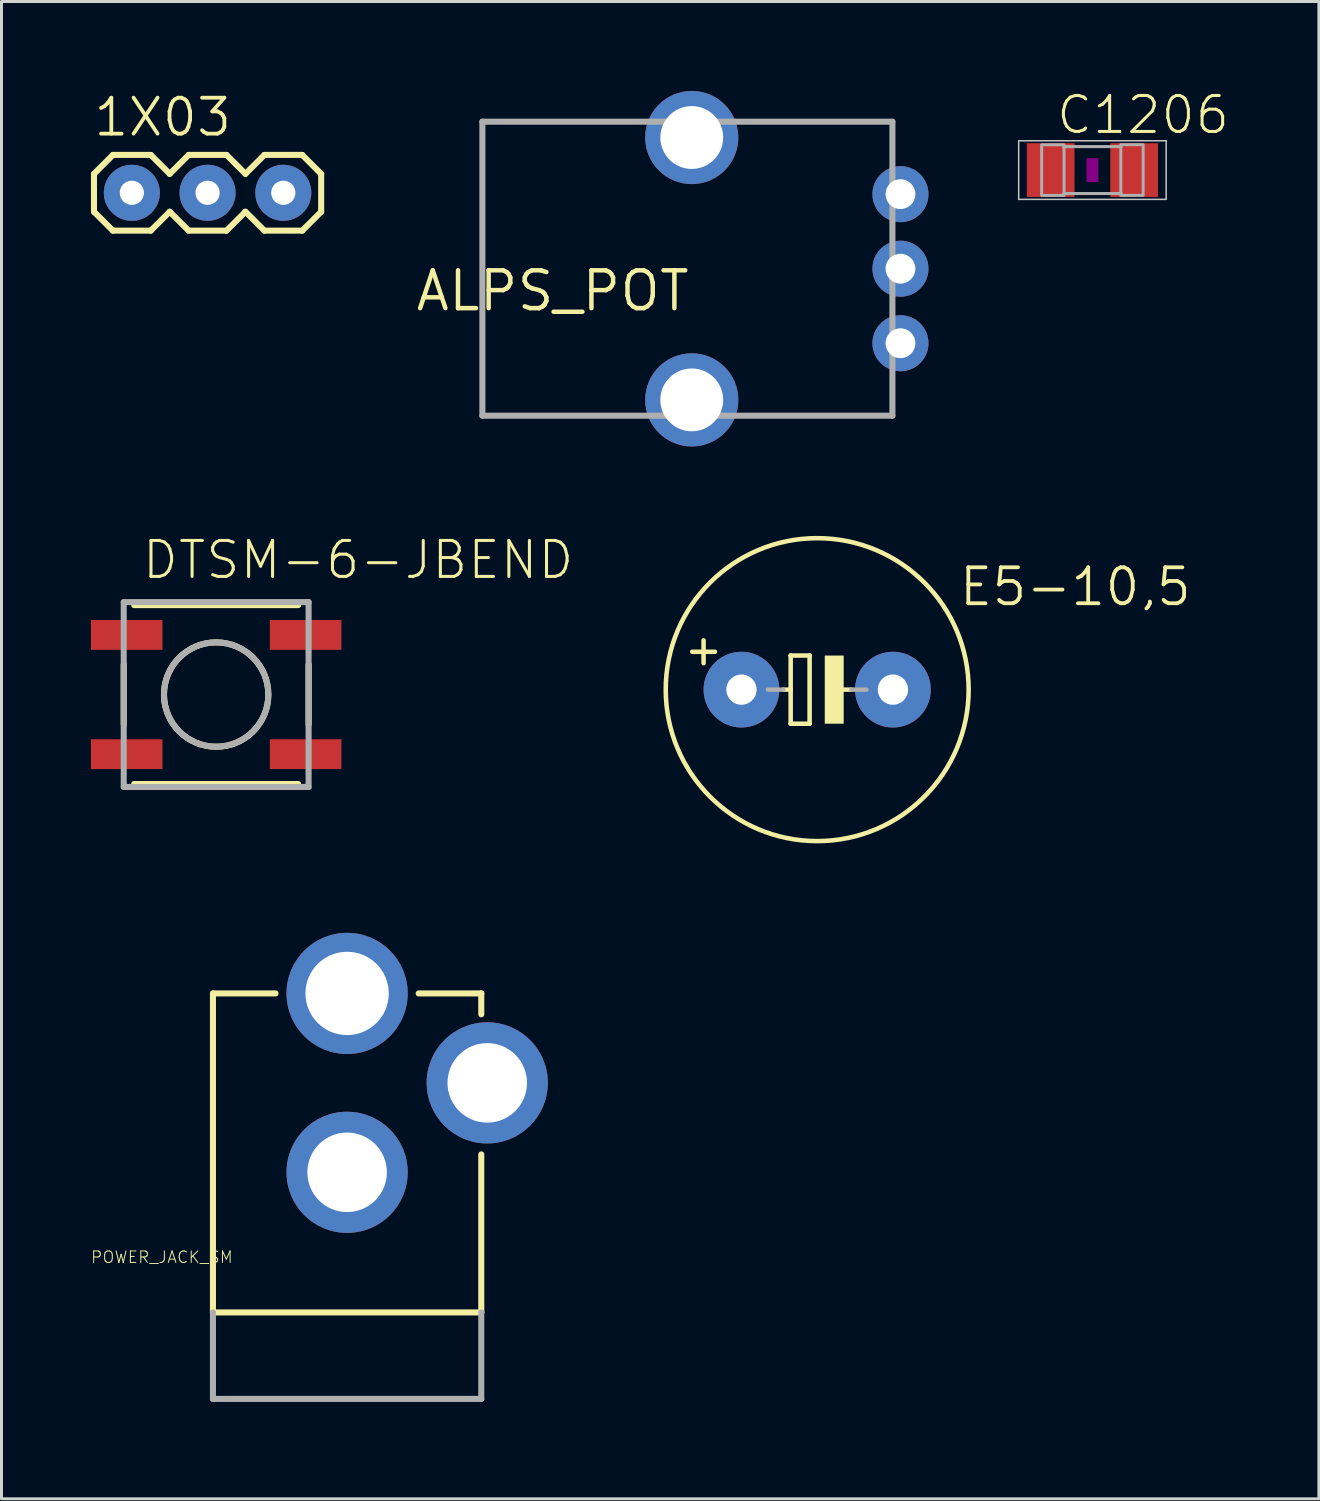
<source format=kicad_pcb>
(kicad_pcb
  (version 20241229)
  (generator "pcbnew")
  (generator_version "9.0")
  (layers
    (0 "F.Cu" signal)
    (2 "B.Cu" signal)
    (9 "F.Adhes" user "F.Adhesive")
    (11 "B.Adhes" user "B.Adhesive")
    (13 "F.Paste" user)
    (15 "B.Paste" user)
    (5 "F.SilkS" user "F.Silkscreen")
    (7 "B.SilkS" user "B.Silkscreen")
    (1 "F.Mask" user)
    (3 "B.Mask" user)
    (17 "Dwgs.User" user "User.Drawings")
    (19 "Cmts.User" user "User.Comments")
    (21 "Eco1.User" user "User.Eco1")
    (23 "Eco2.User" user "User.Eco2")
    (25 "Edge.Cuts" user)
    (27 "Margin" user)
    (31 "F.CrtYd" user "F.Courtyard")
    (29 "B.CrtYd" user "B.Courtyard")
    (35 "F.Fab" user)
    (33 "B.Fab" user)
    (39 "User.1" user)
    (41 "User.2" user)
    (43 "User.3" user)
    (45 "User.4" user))
  (footprint "ALPS_POT"
    (layer "F.Cu")
    (at 20.151 5.962)
    (property "Reference" "ALPS_POT" (at 0 0 0) (layer "F.SilkS") (effects (font (size 1.27 1.27) (thickness 0.15)) (justify right top)))
    (attr through_hole)
    (fp_line (start -7.022 -4.93) (end 6.73 -4.93) (stroke (width 0.203) (type solid)) (layer "F.Fab"))
    (fp_line (start -7.022 4.93) (end -7.022 -4.93) (stroke (width 0.203) (type solid)) (layer "F.Fab"))
    (fp_line (start 6.73 -4.93) (end 6.73 4.93) (stroke (width 0.203) (type solid)) (layer "F.Fab"))
    (fp_line (start 6.73 4.93) (end -7.022 4.93) (stroke (width 0.203) (type solid)) (layer "F.Fab"))
    (pad "P$1" thru_hole circle (at 7 2.5) (size 1.88 1.88) (drill 1) (layers "*.Cu" "*.Mask"))
    (pad "P$2" thru_hole circle (at 7 0) (size 1.88 1.88) (drill 1) (layers "*.Cu" "*.Mask"))
    (pad "P$3" thru_hole circle (at 7 -2.5) (size 1.88 1.88) (drill 1) (layers "*.Cu" "*.Mask"))
    (pad "P$4" thru_hole circle (at 0 4.4) (size 3.124 3.124) (drill 2.108) (layers "*.Cu" "*.Mask"))
    (pad "P$5" thru_hole circle (at 0 -4.4) (size 3.124 3.124) (drill 2.108) (layers "*.Cu" "*.Mask")))
  (footprint "POWER_JACK_SM"
    (layer "F.Cu")
    (at 8.592 43.969)
    (property "Reference" "POWER_JACK_SM" (at -3.81 -5.08 0) (layer "F.SilkS") (effects (font (size 0.386 0.386) (thickness 0.033)) (justify right top)))
    (attr through_hole)
    (fp_line (start -4.5 -13.7) (end -2.4 -13.7) (stroke (width 0.203) (type solid)) (layer "F.SilkS"))
    (fp_line (start -4.5 -3) (end -4.5 -13.7) (stroke (width 0.203) (type solid)) (layer "F.SilkS"))
    (fp_line (start -4.5 -3) (end 4.5 -3) (stroke (width 0.203) (type solid)) (layer "F.SilkS"))
    (fp_line (start 4.5 -13.7) (end 2.4 -13.7) (stroke (width 0.203) (type solid)) (layer "F.SilkS"))
    (fp_line (start 4.5 -13.7) (end 4.5 -13) (stroke (width 0.203) (type solid)) (layer "F.SilkS"))
    (fp_line (start 4.5 -3) (end 4.5 -8.3) (stroke (width 0.203) (type solid)) (layer "F.SilkS"))
    (fp_line (start -4.5 -3) (end -4.5 -0.1) (stroke (width 0.203) (type solid)) (layer "F.Fab"))
    (fp_line (start 4.5 -0.1) (end -4.5 -0.1) (stroke (width 0.203) (type solid)) (layer "F.Fab"))
    (fp_line (start 4.5 -0.1) (end 4.5 -3) (stroke (width 0.203) (type solid)) (layer "F.Fab"))
    (pad "GND" thru_hole circle (at 0 -7.7) (size 4.064 4.064) (drill 2.667) (layers "*.Cu" "*.Mask"))
    (pad "GNDBREAK" thru_hole circle (at 4.7 -10.7 90) (size 4.064 4.064) (drill 2.667) (layers "*.Cu" "*.Mask"))
    (pad "PWR" thru_hole circle (at 0 -13.7) (size 4.064 4.064) (drill 2.794) (layers "*.Cu" "*.Mask")))
  (footprint "C1206"
    (layer "F.Cu")
    (at 33.589 2.654)
    (property "Reference" "C1206" (at -1.27 -1.143 0) (layer "F.SilkS") (effects (font (size 1.206 1.206) (thickness 0.102)) (justify left bottom)))
    (attr through_hole)
    (fp_poly (pts (xy -0.2 0.4) (xy 0.2 0.4) (xy 0.2 -0.4) (xy -0.2 -0.4)) (stroke (width 0) (type solid)) (fill yes) (layer "F.Adhes"))
    (fp_line (start -2.473 -0.983) (end 2.473 -0.983) (stroke (width 0.051) (type solid)) (layer "Dwgs.User"))
    (fp_line (start -2.473 0.983) (end -2.473 -0.983) (stroke (width 0.051) (type solid)) (layer "Dwgs.User"))
    (fp_line (start 2.473 -0.983) (end 2.473 0.983) (stroke (width 0.051) (type solid)) (layer "Dwgs.User"))
    (fp_line (start 2.473 0.983) (end -2.473 0.983) (stroke (width 0.051) (type solid)) (layer "Dwgs.User"))
    (fp_line (start -0.965 -0.787) (end 0.965 -0.787) (stroke (width 0.102) (type solid)) (layer "F.Fab"))
    (fp_line (start -0.965 0.787) (end 0.965 0.787) (stroke (width 0.102) (type solid)) (layer "F.Fab"))
    (fp_poly (pts (xy -1.702 0.851) (xy -0.952 0.851) (xy -0.952 -0.849) (xy -1.702 -0.849)) (stroke (width 0.1) (type solid)) (fill no) (layer "F.Fab"))
    (fp_poly (pts (xy 0.952 0.849) (xy 1.702 0.849) (xy 1.702 -0.851) (xy 0.952 -0.851)) (stroke (width 0.1) (type solid)) (fill no) (layer "F.Fab"))
    (pad "1" smd rect (at -1.4 0) (size 1.6 1.8) (layers "F.Cu" "F.Mask" "F.Paste"))
    (pad "2" smd rect (at 1.4 0) (size 1.6 1.8) (layers "F.Cu" "F.Mask" "F.Paste")))
  (footprint "E5-10,5"
    (layer "F.Cu")
    (at 24.358 20.08)
    (property "Reference" "E5-10,5" (at 4.699 -2.743 0) (layer "F.SilkS") (effects (font (size 1.206 1.206) (thickness 0.127)) (justify left bottom)))
    (attr through_hole)
    (fp_line (start -3.81 -1.651) (end -3.81 -0.889) (stroke (width 0.152) (type solid)) (layer "F.SilkS"))
    (fp_line (start -3.429 -1.27) (end -4.191 -1.27) (stroke (width 0.152) (type solid)) (layer "F.SilkS"))
    (fp_line (start -1.143 0) (end -0.889 0) (stroke (width 0.152) (type solid)) (layer "F.SilkS"))
    (fp_line (start -0.889 -1.143) (end -0.889 0) (stroke (width 0.152) (type solid)) (layer "F.SilkS"))
    (fp_line (start -0.889 0) (end -0.889 1.143) (stroke (width 0.152) (type solid)) (layer "F.SilkS"))
    (fp_line (start -0.889 1.143) (end -0.254 1.143) (stroke (width 0.152) (type solid)) (layer "F.SilkS"))
    (fp_line (start -0.254 -1.143) (end -0.889 -1.143) (stroke (width 0.152) (type solid)) (layer "F.SilkS"))
    (fp_line (start -0.254 1.143) (end -0.254 -1.143) (stroke (width 0.152) (type solid)) (layer "F.SilkS"))
    (fp_line (start 0.635 0) (end 1.143 0) (stroke (width 0.152) (type solid)) (layer "F.SilkS"))
    (fp_circle (center 0 0) (end 5.08 0) (stroke (width 0.152) (type solid)) (fill no) (layer "F.SilkS"))
    (fp_poly (pts (xy 0.254 1.143) (xy 0.889 1.143) (xy 0.889 -1.143) (xy 0.254 -1.143)) (stroke (width 0) (type solid)) (fill yes) (layer "F.SilkS"))
    (fp_line (start -1.651 0) (end -1.143 0) (stroke (width 0.152) (type solid)) (layer "F.Fab"))
    (fp_line (start 1.143 0) (end 1.651 0) (stroke (width 0.152) (type solid)) (layer "F.Fab"))
    (pad "+" thru_hole circle (at -2.54 0) (size 2.54 2.54) (drill 1.016) (layers "*.Cu" "*.Mask"))
    (pad "-" thru_hole circle (at 2.54 0) (size 2.54 2.54) (drill 1.016) (layers "*.Cu" "*.Mask")))
  (footprint "DTSM-6-JBEND"
    (layer "F.Cu")
    (at 4.2 20.245)
    (property "Reference" "DTSM-6-JBEND" (at -2.54 -3.81 0) (layer "F.SilkS") (effects (font (size 1.206 1.206) (thickness 0.102)) (justify left bottom)))
    (attr through_hole)
    (fp_line (start -3.1 1) (end -3.1 -1) (stroke (width 0.203) (type solid)) (layer "F.SilkS"))
    (fp_line (start 2.75 -3) (end -2.75 -3) (stroke (width 0.203) (type solid)) (layer "F.SilkS"))
    (fp_line (start 2.75 3) (end -2.75 3) (stroke (width 0.203) (type solid)) (layer "F.SilkS"))
    (fp_line (start 3.1 1) (end 3.1 -1) (stroke (width 0.203) (type solid)) (layer "F.SilkS"))
    (fp_circle (center 0 0) (end 1.75 0) (stroke (width 0.203) (type solid)) (fill no) (layer "F.SilkS"))
    (fp_line (start -3.1 -3.1) (end 3.1 -3.1) (stroke (width 0.203) (type solid)) (layer "F.Fab"))
    (fp_line (start -3.1 3.1) (end -3.1 -3.1) (stroke (width 0.203) (type solid)) (layer "F.Fab"))
    (fp_line (start 3.1 -3.1) (end 3.1 3.1) (stroke (width 0.203) (type solid)) (layer "F.Fab"))
    (fp_line (start 3.1 3.1) (end -3.1 3.1) (stroke (width 0.203) (type solid)) (layer "F.Fab"))
    (fp_circle (center 0 0) (end 1.75 0) (stroke (width 0.203) (type solid)) (fill no) (layer "F.Fab"))
    (pad "1" smd rect (at -3 -2) (size 2.4 1) (layers "F.Cu" "F.Mask" "F.Paste"))
    (pad "2" smd rect (at 3 -2) (size 2.4 1) (layers "F.Cu" "F.Mask" "F.Paste"))
    (pad "3" smd rect (at -3 2) (size 2.4 1) (layers "F.Cu" "F.Mask" "F.Paste"))
    (pad "4" smd rect (at 3 2) (size 2.4 1) (layers "F.Cu" "F.Mask" "F.Paste")))
  (footprint "1X03"
    (layer "F.Cu")
    (at 3.912 3.416)
    (property "Reference" "1X03" (at -3.886 -1.829 0) (layer "F.SilkS") (effects (font (size 1.206 1.206) (thickness 0.127)) (justify left bottom)))
    (attr through_hole)
    (fp_line (start -3.81 -0.635) (end -3.81 0.635) (stroke (width 0.203) (type solid)) (layer "F.SilkS"))
    (fp_line (start -3.81 0.635) (end -3.175 1.27) (stroke (width 0.203) (type solid)) (layer "F.SilkS"))
    (fp_line (start -3.175 -1.27) (end -3.81 -0.635) (stroke (width 0.203) (type solid)) (layer "F.SilkS"))
    (fp_line (start -3.175 -1.27) (end -1.905 -1.27) (stroke (width 0.203) (type solid)) (layer "F.SilkS"))
    (fp_line (start -1.905 -1.27) (end -1.27 -0.635) (stroke (width 0.203) (type solid)) (layer "F.SilkS"))
    (fp_line (start -1.905 1.27) (end -3.175 1.27) (stroke (width 0.203) (type solid)) (layer "F.SilkS"))
    (fp_line (start -1.27 -0.635) (end -0.635 -1.27) (stroke (width 0.203) (type solid)) (layer "F.SilkS"))
    (fp_line (start -1.27 0.635) (end -1.905 1.27) (stroke (width 0.203) (type solid)) (layer "F.SilkS"))
    (fp_line (start -0.635 -1.27) (end 0.635 -1.27) (stroke (width 0.203) (type solid)) (layer "F.SilkS"))
    (fp_line (start -0.635 1.27) (end -1.27 0.635) (stroke (width 0.203) (type solid)) (layer "F.SilkS"))
    (fp_line (start 0.635 -1.27) (end 1.27 -0.635) (stroke (width 0.203) (type solid)) (layer "F.SilkS"))
    (fp_line (start 0.635 1.27) (end -0.635 1.27) (stroke (width 0.203) (type solid)) (layer "F.SilkS"))
    (fp_line (start 1.27 -0.635) (end 1.905 -1.27) (stroke (width 0.203) (type solid)) (layer "F.SilkS"))
    (fp_line (start 1.27 0.635) (end 0.635 1.27) (stroke (width 0.203) (type solid)) (layer "F.SilkS"))
    (fp_line (start 1.905 -1.27) (end 3.175 -1.27) (stroke (width 0.203) (type solid)) (layer "F.SilkS"))
    (fp_line (start 1.905 1.27) (end 1.27 0.635) (stroke (width 0.203) (type solid)) (layer "F.SilkS"))
    (fp_line (start 3.175 -1.27) (end 3.81 -0.635) (stroke (width 0.203) (type solid)) (layer "F.SilkS"))
    (fp_line (start 3.175 1.27) (end 1.905 1.27) (stroke (width 0.203) (type solid)) (layer "F.SilkS"))
    (fp_line (start 3.81 -0.635) (end 3.81 0.635) (stroke (width 0.203) (type solid)) (layer "F.SilkS"))
    (fp_line (start 3.81 0.635) (end 3.175 1.27) (stroke (width 0.203) (type solid)) (layer "F.SilkS"))
    (fp_poly (pts (xy -2.794 0.254) (xy -2.286 0.254) (xy -2.286 -0.254) (xy -2.794 -0.254)) (stroke (width 0.1) (type solid)) (fill no) (layer "F.Fab"))
    (fp_poly (pts (xy -0.254 0.254) (xy 0.254 0.254) (xy 0.254 -0.254) (xy -0.254 -0.254)) (stroke (width 0.1) (type solid)) (fill no) (layer "F.Fab"))
    (fp_poly (pts (xy 2.286 0.254) (xy 2.794 0.254) (xy 2.794 -0.254) (xy 2.286 -0.254)) (stroke (width 0.1) (type solid)) (fill no) (layer "F.Fab"))
    (pad "1" thru_hole circle (at -2.54 0 90) (size 1.88 1.88) (drill 0.813) (layers "*.Cu" "*.Mask"))
    (pad "2" thru_hole circle (at 0 0 90) (size 1.88 1.88) (drill 0.813) (layers "*.Cu" "*.Mask"))
    (pad "3" thru_hole circle (at 2.54 0 90) (size 1.88 1.88) (drill 0.813) (layers "*.Cu" "*.Mask")))
  (gr_rect
    (start -3 -3)
    (end 41.185 47.219)
    (stroke (width 0.1) (type default))
    (fill no)
    (layer "Edge.Cuts")))
</source>
